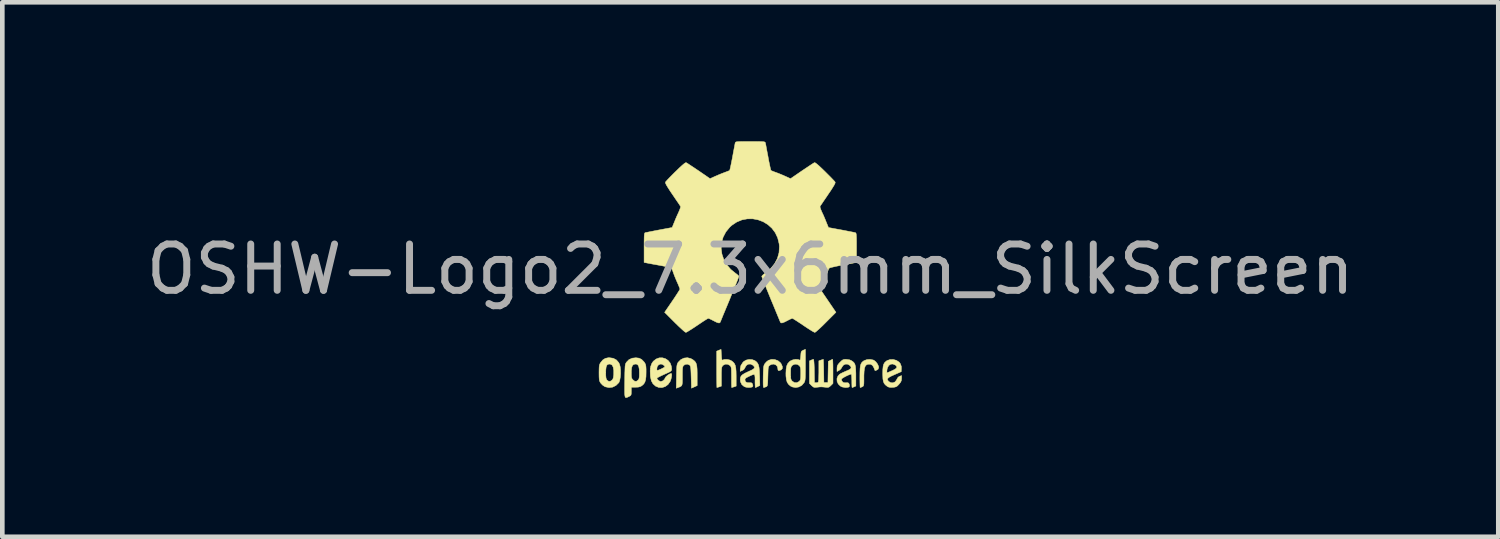
<source format=kicad_pcb>
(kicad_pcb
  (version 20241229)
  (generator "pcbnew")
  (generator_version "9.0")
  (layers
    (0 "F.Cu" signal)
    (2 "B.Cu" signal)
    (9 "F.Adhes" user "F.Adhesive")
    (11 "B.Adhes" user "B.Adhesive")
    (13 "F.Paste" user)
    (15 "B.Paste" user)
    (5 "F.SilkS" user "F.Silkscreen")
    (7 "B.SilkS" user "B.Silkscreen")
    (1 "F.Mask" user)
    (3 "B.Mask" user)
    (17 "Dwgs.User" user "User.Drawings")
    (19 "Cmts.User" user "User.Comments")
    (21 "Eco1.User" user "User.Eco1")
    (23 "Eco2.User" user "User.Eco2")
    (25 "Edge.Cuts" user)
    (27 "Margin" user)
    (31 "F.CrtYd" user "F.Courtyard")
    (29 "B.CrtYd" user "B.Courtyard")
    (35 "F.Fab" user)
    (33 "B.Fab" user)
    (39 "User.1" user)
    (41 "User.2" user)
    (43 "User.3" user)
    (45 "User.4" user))
  (footprint "OSHW-Logo2_7.3x6mm_SilkScreen"
    (layer "F.Cu")
    (at 13.149 2.763)
    (property "Reference" "OSHW-Logo2_7.3x6mm_SilkScreen" (at 0 0 0) (layer "F.Fab") (effects (font (size 1 1) (thickness 0.15))))
    (attr exclude_from_pos_files exclude_from_bom)
    (fp_poly (pts (xy 2.653 1.959) (xy 2.67 1.966) (xy 2.711 1.999) (xy 2.747 2.047) (xy 2.769 2.097) (xy 2.772 2.122) (xy 2.76 2.157) (xy 2.734 2.175) (xy 2.706 2.187) (xy 2.693 2.189) (xy 2.687 2.174) (xy 2.674 2.141) (xy 2.669 2.127) (xy 2.639 2.076) (xy 2.595 2.05) (xy 2.538 2.051) (xy 2.534 2.052) (xy 2.504 2.067) (xy 2.481 2.094) (xy 2.466 2.139) (xy 2.457 2.205) (xy 2.453 2.294) (xy 2.453 2.341) (xy 2.453 2.416) (xy 2.452 2.467) (xy 2.448 2.499) (xy 2.442 2.518) (xy 2.432 2.529) (xy 2.417 2.537) (xy 2.416 2.538) (xy 2.387 2.55) (xy 2.372 2.555) (xy 2.37 2.541) (xy 2.368 2.503) (xy 2.367 2.446) (xy 2.366 2.374) (xy 2.366 2.322) (xy 2.367 2.22) (xy 2.37 2.143) (xy 2.377 2.086) (xy 2.389 2.045) (xy 2.407 2.014) (xy 2.432 1.99) (xy 2.457 1.973) (xy 2.517 1.951) (xy 2.587 1.946) (xy 2.653 1.959)) (stroke (width 0.01) (type solid)) (fill yes) (layer "F.SilkS"))
    (fp_poly (pts (xy -1.284 1.928) (xy -1.237 1.955) (xy -1.205 1.981) (xy -1.181 2.009) (xy -1.165 2.044) (xy -1.155 2.089) (xy -1.149 2.151) (xy -1.147 2.234) (xy -1.147 2.293) (xy -1.147 2.512) (xy -1.208 2.54) (xy -1.27 2.568) (xy -1.277 2.328) (xy -1.28 2.238) (xy -1.283 2.173) (xy -1.287 2.128) (xy -1.293 2.099) (xy -1.3 2.081) (xy -1.31 2.07) (xy -1.313 2.067) (xy -1.36 2.048) (xy -1.408 2.056) (xy -1.437 2.076) (xy -1.449 2.09) (xy -1.457 2.108) (xy -1.462 2.136) (xy -1.465 2.179) (xy -1.466 2.242) (xy -1.466 2.307) (xy -1.466 2.389) (xy -1.467 2.447) (xy -1.472 2.486) (xy -1.482 2.512) (xy -1.499 2.528) (xy -1.525 2.541) (xy -1.56 2.554) (xy -1.598 2.569) (xy -1.594 2.311) (xy -1.592 2.219) (xy -1.59 2.15) (xy -1.587 2.101) (xy -1.582 2.066) (xy -1.575 2.042) (xy -1.566 2.022) (xy -1.554 2.005) (xy -1.499 1.95) (xy -1.431 1.918) (xy -1.357 1.91) (xy -1.284 1.928)) (stroke (width 0.01) (type solid)) (fill yes) (layer "F.SilkS"))
    (fp_poly (pts (xy 0.53 1.95) (xy 0.596 1.974) (xy 0.649 2.017) (xy 0.67 2.047) (xy 0.693 2.103) (xy 0.692 2.143) (xy 0.669 2.17) (xy 0.66 2.175) (xy 0.622 2.189) (xy 0.602 2.185) (xy 0.595 2.161) (xy 0.595 2.148) (xy 0.583 2.099) (xy 0.551 2.065) (xy 0.508 2.048) (xy 0.459 2.053) (xy 0.419 2.074) (xy 0.405 2.087) (xy 0.396 2.101) (xy 0.389 2.124) (xy 0.385 2.159) (xy 0.383 2.212) (xy 0.381 2.288) (xy 0.38 2.312) (xy 0.378 2.394) (xy 0.376 2.451) (xy 0.372 2.49) (xy 0.367 2.513) (xy 0.359 2.526) (xy 0.347 2.535) (xy 0.339 2.538) (xy 0.307 2.55) (xy 0.288 2.555) (xy 0.282 2.541) (xy 0.278 2.5) (xy 0.277 2.431) (xy 0.278 2.334) (xy 0.278 2.319) (xy 0.28 2.23) (xy 0.283 2.165) (xy 0.286 2.119) (xy 0.292 2.087) (xy 0.3 2.064) (xy 0.311 2.044) (xy 0.317 2.035) (xy 0.35 1.998) (xy 0.388 1.969) (xy 0.392 1.966) (xy 0.459 1.946) (xy 0.53 1.95)) (stroke (width 0.01) (type solid)) (fill yes) (layer "F.SilkS"))
    (fp_poly (pts (xy -0.624 1.851) (xy -0.62 1.911) (xy -0.615 1.946) (xy -0.608 1.961) (xy -0.598 1.961) (xy -0.595 1.959) (xy -0.552 1.946) (xy -0.497 1.947) (xy -0.44 1.96) (xy -0.405 1.978) (xy -0.369 2.006) (xy -0.342 2.038) (xy -0.324 2.078) (xy -0.313 2.132) (xy -0.307 2.204) (xy -0.305 2.299) (xy -0.305 2.317) (xy -0.305 2.523) (xy -0.351 2.539) (xy -0.383 2.549) (xy -0.401 2.554) (xy -0.401 2.555) (xy -0.403 2.541) (xy -0.405 2.503) (xy -0.406 2.446) (xy -0.406 2.375) (xy -0.406 2.332) (xy -0.407 2.247) (xy -0.408 2.186) (xy -0.41 2.144) (xy -0.415 2.117) (xy -0.422 2.098) (xy -0.433 2.085) (xy -0.44 2.078) (xy -0.487 2.051) (xy -0.538 2.049) (xy -0.584 2.072) (xy -0.593 2.08) (xy -0.605 2.095) (xy -0.614 2.114) (xy -0.619 2.14) (xy -0.622 2.18) (xy -0.624 2.238) (xy -0.624 2.318) (xy -0.624 2.523) (xy -0.67 2.539) (xy -0.702 2.549) (xy -0.72 2.554) (xy -0.721 2.555) (xy -0.722 2.541) (xy -0.723 2.501) (xy -0.724 2.441) (xy -0.725 2.362) (xy -0.726 2.269) (xy -0.726 2.167) (xy -0.726 1.769) (xy -0.679 1.749) (xy -0.631 1.73) (xy -0.624 1.851)) (stroke (width 0.01) (type solid)) (fill yes) (layer "F.SilkS"))
    (fp_poly (pts (xy 1.78 1.959) (xy 1.782 1.997) (xy 1.784 2.055) (xy 1.785 2.128) (xy 1.785 2.205) (xy 1.785 2.465) (xy 1.739 2.511) (xy 1.708 2.539) (xy 1.68 2.551) (xy 1.642 2.55) (xy 1.627 2.548) (xy 1.58 2.543) (xy 1.541 2.54) (xy 1.531 2.54) (xy 1.499 2.541) (xy 1.453 2.546) (xy 1.436 2.548) (xy 1.392 2.552) (xy 1.363 2.544) (xy 1.334 2.521) (xy 1.323 2.511) (xy 1.277 2.465) (xy 1.277 1.979) (xy 1.314 1.962) (xy 1.346 1.949) (xy 1.365 1.945) (xy 1.369 1.959) (xy 1.374 1.997) (xy 1.378 2.056) (xy 1.381 2.132) (xy 1.382 2.195) (xy 1.386 2.446) (xy 1.421 2.451) (xy 1.452 2.447) (xy 1.468 2.436) (xy 1.472 2.415) (xy 1.476 2.371) (xy 1.478 2.309) (xy 1.48 2.235) (xy 1.48 2.197) (xy 1.48 1.977) (xy 1.526 1.961) (xy 1.559 1.95) (xy 1.576 1.945) (xy 1.577 1.945) (xy 1.578 1.959) (xy 1.58 1.997) (xy 1.582 2.054) (xy 1.584 2.127) (xy 1.585 2.195) (xy 1.589 2.446) (xy 1.676 2.446) (xy 1.68 2.217) (xy 1.684 1.989) (xy 1.727 1.967) (xy 1.758 1.952) (xy 1.777 1.945) (xy 1.777 1.945) (xy 1.78 1.959)) (stroke (width 0.01) (type solid)) (fill yes) (layer "F.SilkS"))
    (fp_poly (pts (xy -2.959 1.922) (xy -2.891 1.958) (xy -2.841 2.015) (xy -2.823 2.052) (xy -2.809 2.108) (xy -2.802 2.178) (xy -2.801 2.255) (xy -2.807 2.33) (xy -2.818 2.394) (xy -2.834 2.441) (xy -2.839 2.449) (xy -2.9 2.509) (xy -2.971 2.545) (xy -3.049 2.555) (xy -3.127 2.539) (xy -3.149 2.529) (xy -3.192 2.499) (xy -3.229 2.459) (xy -3.233 2.454) (xy -3.247 2.43) (xy -3.257 2.404) (xy -3.262 2.37) (xy -3.265 2.321) (xy -3.266 2.251) (xy -3.266 2.235) (xy -3.266 2.23) (xy -3.121 2.23) (xy -3.12 2.296) (xy -3.116 2.34) (xy -3.109 2.369) (xy -3.098 2.388) (xy -3.092 2.395) (xy -3.057 2.42) (xy -3.023 2.419) (xy -2.989 2.397) (xy -2.969 2.374) (xy -2.957 2.34) (xy -2.95 2.288) (xy -2.949 2.281) (xy -2.948 2.186) (xy -2.96 2.114) (xy -2.985 2.068) (xy -3.023 2.048) (xy -3.037 2.047) (xy -3.073 2.052) (xy -3.097 2.072) (xy -3.112 2.109) (xy -3.119 2.168) (xy -3.121 2.23) (xy -3.266 2.23) (xy -3.265 2.16) (xy -3.263 2.108) (xy -3.258 2.072) (xy -3.249 2.045) (xy -3.236 2.022) (xy -3.233 2.017) (xy -3.184 1.958) (xy -3.13 1.924) (xy -3.064 1.91) (xy -3.042 1.91) (xy -2.959 1.922)) (stroke (width 0.01) (type solid)) (fill yes) (layer "F.SilkS"))
    (fp_poly (pts (xy 3.154 1.967) (xy 3.211 2.004) (xy 3.239 2.038) (xy 3.261 2.099) (xy 3.262 2.147) (xy 3.258 2.212) (xy 3.11 2.277) (xy 3.037 2.31) (xy 2.99 2.337) (xy 2.966 2.36) (xy 2.961 2.383) (xy 2.975 2.407) (xy 2.99 2.424) (xy 3.034 2.45) (xy 3.081 2.452) (xy 3.125 2.432) (xy 3.157 2.391) (xy 3.163 2.376) (xy 3.191 2.331) (xy 3.222 2.312) (xy 3.266 2.296) (xy 3.266 2.358) (xy 3.262 2.4) (xy 3.247 2.436) (xy 3.215 2.477) (xy 3.211 2.482) (xy 3.176 2.519) (xy 3.145 2.538) (xy 3.108 2.547) (xy 3.076 2.55) (xy 3.02 2.551) (xy 2.981 2.542) (xy 2.956 2.528) (xy 2.917 2.497) (xy 2.89 2.465) (xy 2.873 2.423) (xy 2.863 2.368) (xy 2.86 2.291) (xy 2.859 2.253) (xy 2.86 2.206) (xy 2.948 2.206) (xy 2.949 2.231) (xy 2.952 2.235) (xy 2.968 2.23) (xy 3.004 2.215) (xy 3.052 2.194) (xy 3.062 2.19) (xy 3.123 2.159) (xy 3.157 2.132) (xy 3.164 2.106) (xy 3.146 2.08) (xy 3.132 2.069) (xy 3.079 2.046) (xy 3.03 2.05) (xy 2.989 2.078) (xy 2.961 2.127) (xy 2.952 2.166) (xy 2.948 2.206) (xy 2.86 2.206) (xy 2.861 2.162) (xy 2.868 2.095) (xy 2.882 2.047) (xy 2.904 2.011) (xy 2.937 1.983) (xy 2.951 1.973) (xy 3.015 1.95) (xy 3.085 1.948) (xy 3.154 1.967)) (stroke (width 0.01) (type solid)) (fill yes) (layer "F.SilkS"))
    (fp_poly (pts (xy 1.19 2.065) (xy 1.19 2.174) (xy 1.189 2.257) (xy 1.188 2.32) (xy 1.185 2.365) (xy 1.181 2.397) (xy 1.175 2.421) (xy 1.167 2.439) (xy 1.161 2.449) (xy 1.112 2.506) (xy 1.049 2.541) (xy 0.98 2.554) (xy 0.911 2.542) (xy 0.869 2.522) (xy 0.826 2.485) (xy 0.796 2.441) (xy 0.779 2.383) (xy 0.77 2.306) (xy 0.769 2.25) (xy 0.769 2.246) (xy 0.871 2.246) (xy 0.871 2.311) (xy 0.874 2.354) (xy 0.881 2.382) (xy 0.893 2.402) (xy 0.906 2.417) (xy 0.953 2.447) (xy 1.004 2.449) (xy 1.051 2.425) (xy 1.055 2.421) (xy 1.071 2.404) (xy 1.081 2.383) (xy 1.086 2.352) (xy 1.088 2.305) (xy 1.089 2.252) (xy 1.088 2.185) (xy 1.085 2.141) (xy 1.078 2.112) (xy 1.066 2.091) (xy 1.057 2.08) (xy 1.013 2.052) (xy 0.962 2.049) (xy 0.914 2.07) (xy 0.904 2.078) (xy 0.889 2.096) (xy 0.879 2.117) (xy 0.873 2.148) (xy 0.871 2.196) (xy 0.871 2.246) (xy 0.769 2.246) (xy 0.773 2.159) (xy 0.785 2.09) (xy 0.807 2.039) (xy 0.842 1.998) (xy 0.869 1.978) (xy 0.919 1.956) (xy 0.976 1.945) (xy 1.03 1.948) (xy 1.06 1.959) (xy 1.071 1.962) (xy 1.079 1.951) (xy 1.084 1.919) (xy 1.089 1.871) (xy 1.093 1.817) (xy 1.099 1.784) (xy 1.111 1.766) (xy 1.131 1.754) (xy 1.143 1.748) (xy 1.19 1.729) (xy 1.19 2.065)) (stroke (width 0.01) (type solid)) (fill yes) (layer "F.SilkS"))
    (fp_poly (pts (xy -1.832 1.931) (xy -1.774 1.97) (xy -1.73 2.025) (xy -1.704 2.096) (xy -1.698 2.148) (xy -1.699 2.17) (xy -1.704 2.187) (xy -1.718 2.201) (xy -1.745 2.218) (xy -1.79 2.239) (xy -1.857 2.269) (xy -1.858 2.27) (xy -1.92 2.298) (xy -1.97 2.323) (xy -2.005 2.342) (xy -2.017 2.353) (xy -2.017 2.353) (xy -2.006 2.376) (xy -1.98 2.402) (xy -1.949 2.42) (xy -1.934 2.424) (xy -1.891 2.411) (xy -1.855 2.379) (xy -1.837 2.345) (xy -1.82 2.319) (xy -1.787 2.29) (xy -1.748 2.264) (xy -1.713 2.25) (xy -1.706 2.25) (xy -1.698 2.262) (xy -1.697 2.294) (xy -1.703 2.337) (xy -1.715 2.383) (xy -1.73 2.423) (xy -1.731 2.424) (xy -1.777 2.489) (xy -1.837 2.533) (xy -1.906 2.555) (xy -1.976 2.552) (xy -2.044 2.524) (xy -2.047 2.522) (xy -2.101 2.473) (xy -2.136 2.41) (xy -2.155 2.327) (xy -2.158 2.304) (xy -2.162 2.194) (xy -2.157 2.143) (xy -2.017 2.143) (xy -2.016 2.175) (xy -2.006 2.184) (xy -1.981 2.177) (xy -1.942 2.161) (xy -1.899 2.14) (xy -1.898 2.139) (xy -1.861 2.12) (xy -1.846 2.107) (xy -1.85 2.093) (xy -1.865 2.076) (xy -1.904 2.05) (xy -1.946 2.048) (xy -1.984 2.067) (xy -2.01 2.103) (xy -2.017 2.143) (xy -2.157 2.143) (xy -2.153 2.106) (xy -2.128 2.036) (xy -2.095 1.987) (xy -2.033 1.938) (xy -1.966 1.913) (xy -1.897 1.912) (xy -1.832 1.931)) (stroke (width 0.01) (type solid)) (fill yes) (layer "F.SilkS"))
    (fp_poly (pts (xy 0.04 1.951) (xy 0.097 1.972) (xy 0.097 1.972) (xy 0.132 1.998) (xy 0.158 2.029) (xy 0.177 2.068) (xy 0.189 2.121) (xy 0.196 2.194) (xy 0.2 2.289) (xy 0.201 2.303) (xy 0.206 2.509) (xy 0.162 2.532) (xy 0.13 2.547) (xy 0.11 2.554) (xy 0.11 2.555) (xy 0.106 2.541) (xy 0.104 2.505) (xy 0.102 2.451) (xy 0.102 2.408) (xy 0.102 2.339) (xy 0.098 2.295) (xy 0.087 2.274) (xy 0.064 2.273) (xy 0.022 2.289) (xy -0.04 2.318) (xy -0.086 2.342) (xy -0.109 2.363) (xy -0.116 2.386) (xy -0.116 2.387) (xy -0.105 2.426) (xy -0.071 2.447) (xy -0.019 2.451) (xy 0.018 2.45) (xy 0.038 2.461) (xy 0.05 2.487) (xy 0.057 2.519) (xy 0.047 2.538) (xy 0.043 2.541) (xy 0.007 2.551) (xy -0.043 2.553) (xy -0.095 2.546) (xy -0.132 2.533) (xy -0.183 2.49) (xy -0.212 2.429) (xy -0.218 2.382) (xy -0.213 2.34) (xy -0.198 2.305) (xy -0.166 2.275) (xy -0.115 2.244) (xy -0.041 2.209) (xy -0.036 2.207) (xy 0.031 2.176) (xy 0.072 2.151) (xy 0.09 2.128) (xy 0.086 2.105) (xy 0.063 2.078) (xy 0.056 2.072) (xy 0.009 2.048) (xy -0.04 2.049) (xy -0.082 2.072) (xy -0.111 2.116) (xy -0.113 2.124) (xy -0.139 2.165) (xy -0.171 2.185) (xy -0.218 2.205) (xy -0.218 2.154) (xy -0.204 2.08) (xy -0.161 2.012) (xy -0.139 1.99) (xy -0.089 1.961) (xy -0.026 1.947) (xy 0.04 1.951)) (stroke (width 0.01) (type solid)) (fill yes) (layer "F.SilkS"))
    (fp_poly (pts (xy -2.4 1.92) (xy -2.345 1.948) (xy -2.296 1.998) (xy -2.282 2.017) (xy -2.268 2.042) (xy -2.258 2.069) (xy -2.253 2.105) (xy -2.25 2.156) (xy -2.25 2.224) (xy -2.252 2.318) (xy -2.261 2.388) (xy -2.277 2.44) (xy -2.303 2.48) (xy -2.34 2.513) (xy -2.342 2.515) (xy -2.379 2.535) (xy -2.422 2.545) (xy -2.478 2.547) (xy -2.569 2.547) (xy -2.569 2.635) (xy -2.57 2.684) (xy -2.575 2.713) (xy -2.588 2.73) (xy -2.614 2.745) (xy -2.62 2.748) (xy -2.649 2.762) (xy -2.672 2.77) (xy -2.688 2.771) (xy -2.7 2.761) (xy -2.707 2.737) (xy -2.712 2.696) (xy -2.713 2.636) (xy -2.713 2.553) (xy -2.712 2.445) (xy -2.711 2.413) (xy -2.71 2.302) (xy -2.709 2.229) (xy -2.569 2.229) (xy -2.568 2.29) (xy -2.565 2.331) (xy -2.557 2.358) (xy -2.543 2.378) (xy -2.533 2.388) (xy -2.495 2.418) (xy -2.46 2.42) (xy -2.425 2.396) (xy -2.424 2.395) (xy -2.409 2.376) (xy -2.401 2.351) (xy -2.396 2.312) (xy -2.395 2.252) (xy -2.395 2.238) (xy -2.398 2.156) (xy -2.409 2.099) (xy -2.429 2.064) (xy -2.458 2.048) (xy -2.476 2.047) (xy -2.516 2.054) (xy -2.544 2.078) (xy -2.561 2.123) (xy -2.568 2.191) (xy -2.569 2.229) (xy -2.709 2.229) (xy -2.708 2.215) (xy -2.706 2.15) (xy -2.704 2.103) (xy -2.7 2.069) (xy -2.694 2.045) (xy -2.687 2.028) (xy -2.677 2.012) (xy -2.673 2.006) (xy -2.619 1.951) (xy -2.55 1.92) (xy -2.47 1.911) (xy -2.4 1.92)) (stroke (width 0.01) (type solid)) (fill yes) (layer "F.SilkS"))
    (fp_poly (pts (xy 2.145 1.956) (xy 2.187 1.975) (xy 2.219 1.998) (xy 2.244 2.024) (xy 2.26 2.057) (xy 2.271 2.103) (xy 2.276 2.165) (xy 2.279 2.249) (xy 2.279 2.305) (xy 2.279 2.521) (xy 2.242 2.538) (xy 2.213 2.55) (xy 2.198 2.555) (xy 2.195 2.541) (xy 2.193 2.505) (xy 2.192 2.452) (xy 2.192 2.409) (xy 2.19 2.348) (xy 2.187 2.3) (xy 2.182 2.271) (xy 2.178 2.264) (xy 2.153 2.271) (xy 2.112 2.287) (xy 2.066 2.309) (xy 2.021 2.333) (xy 1.986 2.355) (xy 1.97 2.37) (xy 1.97 2.37) (xy 1.971 2.397) (xy 1.984 2.423) (xy 2.006 2.444) (xy 2.038 2.451) (xy 2.065 2.451) (xy 2.104 2.45) (xy 2.124 2.459) (xy 2.136 2.483) (xy 2.138 2.488) (xy 2.143 2.522) (xy 2.129 2.543) (xy 2.092 2.552) (xy 2.052 2.554) (xy 1.981 2.541) (xy 1.943 2.521) (xy 1.898 2.476) (xy 1.873 2.42) (xy 1.871 2.361) (xy 1.892 2.306) (xy 1.923 2.271) (xy 1.953 2.252) (xy 2.002 2.228) (xy 2.058 2.203) (xy 2.068 2.199) (xy 2.13 2.172) (xy 2.166 2.148) (xy 2.177 2.124) (xy 2.167 2.097) (xy 2.148 2.076) (xy 2.104 2.05) (xy 2.056 2.048) (xy 2.012 2.068) (xy 1.981 2.108) (xy 1.977 2.118) (xy 1.952 2.156) (xy 1.917 2.184) (xy 1.872 2.207) (xy 1.872 2.141) (xy 1.875 2.102) (xy 1.886 2.07) (xy 1.911 2.036) (xy 1.935 2.01) (xy 1.972 1.974) (xy 2.001 1.954) (xy 2.033 1.946) (xy 2.068 1.945) (xy 2.145 1.956)) (stroke (width 0.01) (type solid)) (fill yes) (layer "F.SilkS"))
    (fp_poly (pts (xy 0.104 -2.758) (xy 0.182 -2.757) (xy 0.239 -2.756) (xy 0.278 -2.754) (xy 0.303 -2.75) (xy 0.316 -2.744) (xy 0.323 -2.737) (xy 0.326 -2.726) (xy 0.327 -2.725) (xy 0.332 -2.701) (xy 0.341 -2.653) (xy 0.353 -2.587) (xy 0.368 -2.508) (xy 0.385 -2.42) (xy 0.385 -2.417) (xy 0.401 -2.331) (xy 0.417 -2.255) (xy 0.43 -2.194) (xy 0.44 -2.152) (xy 0.446 -2.133) (xy 0.447 -2.133) (xy 0.465 -2.124) (xy 0.502 -2.109) (xy 0.551 -2.091) (xy 0.552 -2.091) (xy 0.613 -2.068) (xy 0.686 -2.038) (xy 0.754 -2.008) (xy 0.757 -2.007) (xy 0.869 -1.956) (xy 1.115 -2.125) (xy 1.191 -2.176) (xy 1.26 -2.222) (xy 1.317 -2.26) (xy 1.359 -2.287) (xy 1.383 -2.301) (xy 1.385 -2.302) (xy 1.402 -2.298) (xy 1.434 -2.275) (xy 1.481 -2.235) (xy 1.546 -2.174) (xy 1.612 -2.11) (xy 1.676 -2.046) (xy 1.733 -1.989) (xy 1.78 -1.94) (xy 1.814 -1.904) (xy 1.83 -1.884) (xy 1.831 -1.883) (xy 1.833 -1.869) (xy 1.826 -1.847) (xy 1.809 -1.814) (xy 1.779 -1.765) (xy 1.737 -1.699) (xy 1.679 -1.614) (xy 1.629 -1.54) (xy 1.583 -1.473) (xy 1.546 -1.417) (xy 1.519 -1.378) (xy 1.506 -1.357) (xy 1.505 -1.356) (xy 1.507 -1.336) (xy 1.519 -1.298) (xy 1.54 -1.248) (xy 1.547 -1.232) (xy 1.58 -1.162) (xy 1.614 -1.082) (xy 1.642 -1.012) (xy 1.663 -0.961) (xy 1.679 -0.922) (xy 1.688 -0.901) (xy 1.689 -0.9) (xy 1.706 -0.897) (xy 1.746 -0.89) (xy 1.804 -0.879) (xy 1.875 -0.866) (xy 1.952 -0.852) (xy 2.032 -0.837) (xy 2.107 -0.822) (xy 2.174 -0.809) (xy 2.227 -0.799) (xy 2.26 -0.792) (xy 2.268 -0.79) (xy 2.276 -0.785) (xy 2.283 -0.774) (xy 2.287 -0.754) (xy 2.29 -0.72) (xy 2.292 -0.67) (xy 2.293 -0.599) (xy 2.293 -0.504) (xy 2.293 -0.465) (xy 2.293 -0.147) (xy 2.217 -0.132) (xy 2.175 -0.124) (xy 2.111 -0.112) (xy 2.035 -0.098) (xy 1.953 -0.083) (xy 1.93 -0.079) (xy 1.855 -0.064) (xy 1.789 -0.049) (xy 1.738 -0.037) (xy 1.709 -0.027) (xy 1.704 -0.024) (xy 1.691 -0.003) (xy 1.674 0.038) (xy 1.655 0.09) (xy 1.651 0.102) (xy 1.625 0.172) (xy 1.594 0.25) (xy 1.563 0.321) (xy 1.563 0.322) (xy 1.511 0.433) (xy 1.68 0.681) (xy 1.849 0.93) (xy 1.632 1.147) (xy 1.567 1.212) (xy 1.507 1.269) (xy 1.456 1.315) (xy 1.418 1.348) (xy 1.396 1.363) (xy 1.392 1.364) (xy 1.374 1.356) (xy 1.335 1.335) (xy 1.281 1.301) (xy 1.216 1.259) (xy 1.146 1.212) (xy 1.075 1.164) (xy 1.011 1.122) (xy 0.959 1.089) (xy 0.923 1.067) (xy 0.907 1.06) (xy 0.887 1.066) (xy 0.85 1.083) (xy 0.803 1.107) (xy 0.798 1.11) (xy 0.734 1.142) (xy 0.69 1.158) (xy 0.663 1.158) (xy 0.649 1.143) (xy 0.649 1.143) (xy 0.642 1.126) (xy 0.625 1.085) (xy 0.6 1.024) (xy 0.567 0.945) (xy 0.529 0.852) (xy 0.486 0.748) (xy 0.444 0.648) (xy 0.399 0.537) (xy 0.357 0.434) (xy 0.32 0.342) (xy 0.289 0.265) (xy 0.266 0.206) (xy 0.251 0.167) (xy 0.247 0.153) (xy 0.258 0.136) (xy 0.287 0.11) (xy 0.326 0.081) (xy 0.437 -0.011) (xy 0.523 -0.116) (xy 0.585 -0.233) (xy 0.62 -0.358) (xy 0.628 -0.49) (xy 0.622 -0.552) (xy 0.591 -0.678) (xy 0.538 -0.79) (xy 0.466 -0.886) (xy 0.378 -0.965) (xy 0.278 -1.026) (xy 0.168 -1.067) (xy 0.053 -1.089) (xy -0.065 -1.088) (xy -0.181 -1.066) (xy -0.294 -1.019) (xy -0.4 -0.948) (xy -0.444 -0.908) (xy -0.528 -0.805) (xy -0.587 -0.692) (xy -0.62 -0.573) (xy -0.629 -0.451) (xy -0.613 -0.329) (xy -0.573 -0.211) (xy -0.51 -0.1) (xy -0.423 0.002) (xy -0.326 0.081) (xy -0.286 0.111) (xy -0.257 0.137) (xy -0.247 0.153) (xy -0.252 0.17) (xy -0.267 0.21) (xy -0.291 0.272) (xy -0.323 0.35) (xy -0.36 0.443) (xy -0.403 0.546) (xy -0.444 0.648) (xy -0.49 0.759) (xy -0.533 0.862) (xy -0.571 0.953) (xy -0.603 1.03) (xy -0.627 1.09) (xy -0.643 1.129) (xy -0.649 1.143) (xy -0.663 1.158) (xy -0.69 1.158) (xy -0.734 1.142) (xy -0.797 1.11) (xy -0.798 1.11) (xy -0.845 1.085) (xy -0.884 1.067) (xy -0.906 1.06) (xy -0.907 1.06) (xy -0.923 1.067) (xy -0.96 1.089) (xy -1.012 1.122) (xy -1.075 1.164) (xy -1.146 1.212) (xy -1.218 1.26) (xy -1.283 1.302) (xy -1.336 1.335) (xy -1.374 1.357) (xy -1.392 1.364) (xy -1.409 1.354) (xy -1.443 1.327) (xy -1.49 1.284) (xy -1.547 1.231) (xy -1.612 1.168) (xy -1.633 1.147) (xy -1.85 0.93) (xy -1.684 0.687) (xy -1.634 0.613) (xy -1.59 0.546) (xy -1.555 0.491) (xy -1.53 0.451) (xy -1.519 0.43) (xy -1.519 0.429) (xy -1.525 0.409) (xy -1.54 0.37) (xy -1.562 0.317) (xy -1.578 0.282) (xy -1.607 0.215) (xy -1.635 0.147) (xy -1.656 0.09) (xy -1.662 0.073) (xy -1.679 0.026) (xy -1.695 -0.01) (xy -1.704 -0.024) (xy -1.723 -0.032) (xy -1.766 -0.044) (xy -1.826 -0.058) (xy -1.898 -0.073) (xy -1.93 -0.079) (xy -2.012 -0.094) (xy -2.091 -0.108) (xy -2.159 -0.121) (xy -2.208 -0.13) (xy -2.217 -0.132) (xy -2.293 -0.147) (xy -2.293 -0.465) (xy -2.293 -0.569) (xy -2.292 -0.648) (xy -2.291 -0.705) (xy -2.288 -0.744) (xy -2.284 -0.769) (xy -2.279 -0.782) (xy -2.271 -0.789) (xy -2.268 -0.79) (xy -2.249 -0.794) (xy -2.207 -0.802) (xy -2.148 -0.814) (xy -2.077 -0.828) (xy -1.999 -0.843) (xy -1.92 -0.858) (xy -1.845 -0.872) (xy -1.779 -0.884) (xy -1.727 -0.894) (xy -1.696 -0.899) (xy -1.689 -0.9) (xy -1.683 -0.912) (xy -1.669 -0.946) (xy -1.65 -0.994) (xy -1.642 -1.012) (xy -1.613 -1.085) (xy -1.578 -1.165) (xy -1.547 -1.232) (xy -1.525 -1.284) (xy -1.51 -1.326) (xy -1.504 -1.352) (xy -1.505 -1.356) (xy -1.516 -1.372) (xy -1.54 -1.409) (xy -1.576 -1.461) (xy -1.62 -1.526) (xy -1.67 -1.6) (xy -1.68 -1.614) (xy -1.738 -1.7) (xy -1.78 -1.766) (xy -1.809 -1.814) (xy -1.826 -1.847) (xy -1.833 -1.869) (xy -1.831 -1.883) (xy -1.831 -1.883) (xy -1.816 -1.901) (xy -1.785 -1.935) (xy -1.739 -1.983) (xy -1.683 -2.04) (xy -1.62 -2.103) (xy -1.612 -2.11) (xy -1.533 -2.187) (xy -1.471 -2.244) (xy -1.427 -2.281) (xy -1.398 -2.3) (xy -1.385 -2.302) (xy -1.367 -2.292) (xy -1.328 -2.267) (xy -1.274 -2.231) (xy -1.207 -2.187) (xy -1.133 -2.137) (xy -1.115 -2.125) (xy -0.869 -1.956) (xy -0.757 -2.007) (xy -0.69 -2.036) (xy -0.617 -2.066) (xy -0.554 -2.09) (xy -0.552 -2.091) (xy -0.503 -2.109) (xy -0.465 -2.124) (xy -0.447 -2.133) (xy -0.447 -2.133) (xy -0.441 -2.149) (xy -0.431 -2.19) (xy -0.418 -2.25) (xy -0.403 -2.325) (xy -0.386 -2.41) (xy -0.385 -2.417) (xy -0.369 -2.505) (xy -0.354 -2.585) (xy -0.341 -2.651) (xy -0.332 -2.7) (xy -0.327 -2.725) (xy -0.327 -2.725) (xy -0.323 -2.736) (xy -0.317 -2.744) (xy -0.305 -2.75) (xy -0.281 -2.753) (xy -0.244 -2.756) (xy -0.19 -2.757) (xy -0.114 -2.758) (xy -0.013 -2.758) (xy 0 -2.758) (xy 0.104 -2.758)) (stroke (width 0.01) (type solid)) (fill yes) (layer "F.SilkS")))
  (gr_rect
    (start -3 -3)
    (end 29.298 8.539)
    (stroke (width 0.1) (type default))
    (fill no)
    (layer "Edge.Cuts")))
</source>
